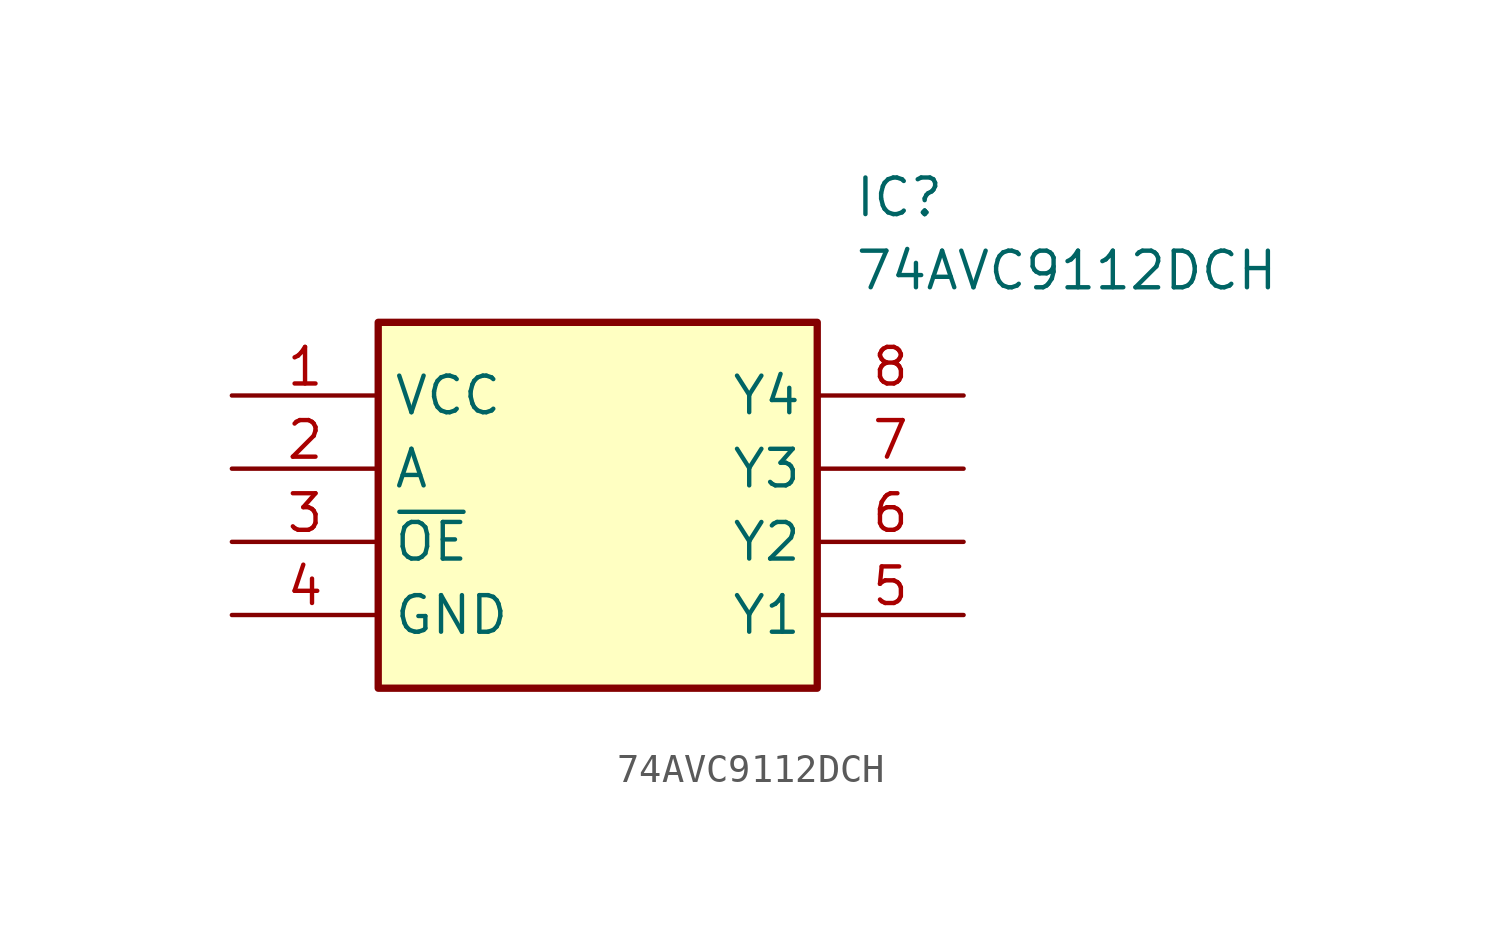
<source format=kicad_sym>
(kicad_symbol_lib
  (version 20211014)
  (generator SamacSys_ECAD_Model)
  (symbol "74AVC9112DCH"
    (property "Reference" "IC"
      (at 21.59 7.62 0)
      (effects (font (size 1.27 1.27)) (justify left top)))
    (property "Value" "74AVC9112DCH"
      (at 21.59 5.08 0)
      (effects (font (size 1.27 1.27)) (justify left top)))
    (rectangle
      (start 5.08 2.54)
      (end 20.32 -10.16)
      (stroke (width 0.254) (type default))
      (fill (type background)))
    (pin passive line
      (at 0 0 0)
      (length 5.08)
      (name "VCC" (effects (font (size 1.27 1.27))))
      (number "1" (effects (font (size 1.27 1.27)))))
    (pin passive line
      (at 0 -2.54 0)
      (length 5.08)
      (name "A" (effects (font (size 1.27 1.27))))
      (number "2" (effects (font (size 1.27 1.27)))))
    (pin passive line
      (at 0 -5.08 0)
      (length 5.08)
      (name "~{OE}" (effects (font (size 1.27 1.27))))
      (number "3" (effects (font (size 1.27 1.27)))))
    (pin passive line
      (at 0 -7.62 0)
      (length 5.08)
      (name "GND" (effects (font (size 1.27 1.27))))
      (number "4" (effects (font (size 1.27 1.27)))))
    (pin passive line
      (at 25.4 0 180)
      (length 5.08)
      (name "Y4" (effects (font (size 1.27 1.27))))
      (number "8" (effects (font (size 1.27 1.27)))))
    (pin passive line
      (at 25.4 -2.54 180)
      (length 5.08)
      (name "Y3" (effects (font (size 1.27 1.27))))
      (number "7" (effects (font (size 1.27 1.27)))))
    (pin passive line
      (at 25.4 -5.08 180)
      (length 5.08)
      (name "Y2" (effects (font (size 1.27 1.27))))
      (number "6" (effects (font (size 1.27 1.27)))))
    (pin passive line
      (at 25.4 -7.62 180)
      (length 5.08)
      (name "Y1" (effects (font (size 1.27 1.27))))
      (number "5" (effects (font (size 1.27 1.27)))))))
</source>
